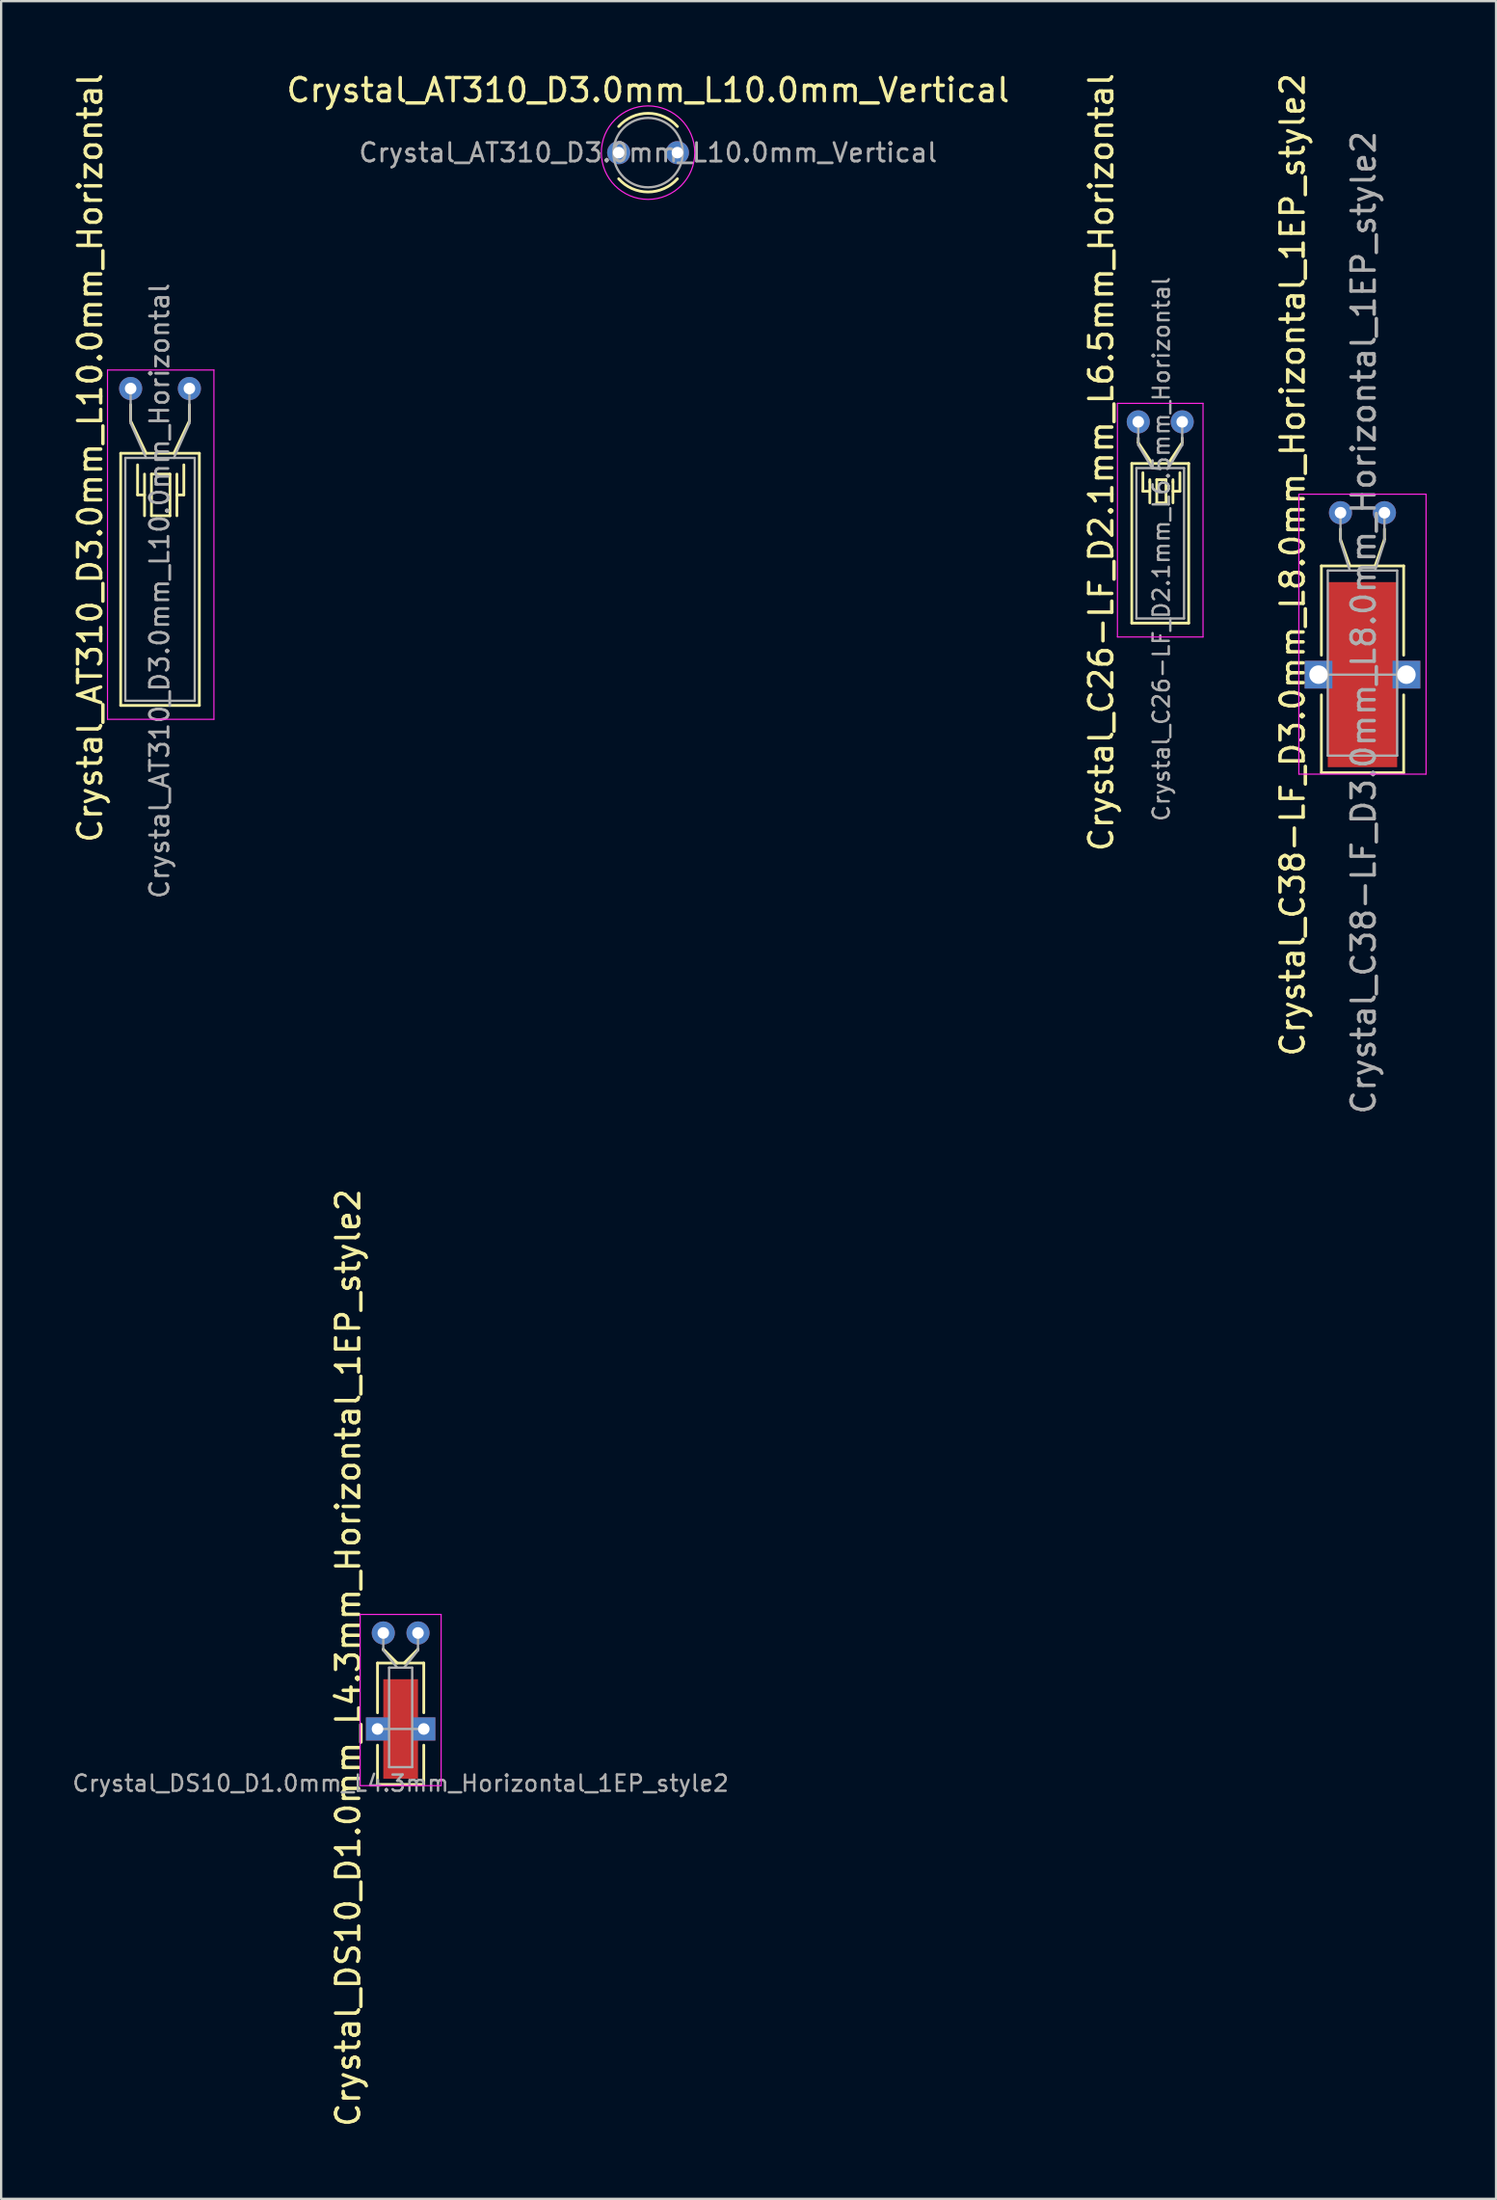
<source format=kicad_pcb>
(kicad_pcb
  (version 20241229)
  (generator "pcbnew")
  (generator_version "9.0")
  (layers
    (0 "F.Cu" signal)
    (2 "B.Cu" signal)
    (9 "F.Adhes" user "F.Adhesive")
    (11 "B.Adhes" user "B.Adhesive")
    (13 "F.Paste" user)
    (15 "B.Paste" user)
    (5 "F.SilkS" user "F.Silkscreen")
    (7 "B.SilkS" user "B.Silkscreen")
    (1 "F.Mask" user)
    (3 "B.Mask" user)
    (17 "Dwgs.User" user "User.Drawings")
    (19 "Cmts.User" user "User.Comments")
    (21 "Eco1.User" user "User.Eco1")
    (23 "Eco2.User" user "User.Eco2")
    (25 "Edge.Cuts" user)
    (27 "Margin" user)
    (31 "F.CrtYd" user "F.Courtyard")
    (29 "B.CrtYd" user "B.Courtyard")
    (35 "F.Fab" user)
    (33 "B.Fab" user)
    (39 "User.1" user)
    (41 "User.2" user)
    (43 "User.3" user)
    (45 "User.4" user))
  (footprint "Crystal_AT310_D3.0mm_L10.0mm_Vertical"
    (layer "F.Cu")
    (at 23.697 3.548)
    (property "Reference" "Crystal_AT310_D3.0mm_L10.0mm_Vertical" (at 1.27 -2.7 0) (layer "F.SilkS") (effects (font (size 1 1) (thickness 0.15))))
    (attr through_hole)
    (fp_arc (start 0 -1.130088) (mid 1.270408 -1.7) (end 2.540542 -1.129479) (stroke (width 0.12) (type solid)) (layer "F.SilkS"))
    (fp_arc (start 2.540542 1.129479) (mid 1.270408 1.7) (end 0 1.130088) (stroke (width 0.12) (type solid)) (layer "F.SilkS"))
    (fp_circle (center 1.27 0) (end 3.29 0) (stroke (width 0.05) (type solid)) (fill no) (layer "F.CrtYd"))
    (fp_circle (center 1.27 0) (end 2.77 0) (stroke (width 0.1) (type solid)) (fill no) (layer "F.Fab"))
    (fp_text user "${REFERENCE}" (at 1.27 0 0) (layer "F.Fab") (effects (font (size 0.8 0.8) (thickness 0.12))))
    (pad "1" thru_hole circle (at 0 0) (size 1 1) (drill 0.5) (layers "*.Cu" "*.Mask"))
    (pad "2" thru_hole circle (at 2.54 0) (size 1 1) (drill 0.5) (layers "*.Cu" "*.Mask")))
  (footprint "Crystal_AT310_D3.0mm_L10.0mm_Horizontal"
    (layer "F.Cu")
    (at 2.598 13.744)
    (property "Reference" "Crystal_AT310_D3.0mm_L10.0mm_Horizontal" (at -1.75 3 90) (layer "F.SilkS") (effects (font (size 1 1) (thickness 0.15))))
    (attr through_hole)
    (fp_line (start -0.43 2.8) (end -0.43 13.7) (stroke (width 0.12) (type solid)) (layer "F.SilkS"))
    (fp_line (start -0.43 13.7) (end 2.97 13.7) (stroke (width 0.12) (type solid)) (layer "F.SilkS"))
    (fp_line (start 0 1.4) (end 0 0.7) (stroke (width 0.12) (type solid)) (layer "F.SilkS"))
    (fp_line (start 0.3 4.6) (end 0.3 3.3) (stroke (width 0.12) (type solid)) (layer "F.SilkS"))
    (fp_line (start 0.6 4.6) (end 0.3 4.6) (stroke (width 0.12) (type solid)) (layer "F.SilkS"))
    (fp_line (start 0.6 5.5) (end 0.6 3.7) (stroke (width 0.12) (type solid)) (layer "F.SilkS"))
    (fp_line (start 0.67 2.8) (end 0 1.4) (stroke (width 0.12) (type solid)) (layer "F.SilkS"))
    (fp_line (start 0.9 3.7) (end 1.7 3.7) (stroke (width 0.12) (type solid)) (layer "F.SilkS"))
    (fp_line (start 0.9 5.5) (end 0.9 3.7) (stroke (width 0.12) (type solid)) (layer "F.SilkS"))
    (fp_line (start 1.7 3.7) (end 1.7 5.5) (stroke (width 0.12) (type solid)) (layer "F.SilkS"))
    (fp_line (start 1.7 5.5) (end 0.9 5.5) (stroke (width 0.12) (type solid)) (layer "F.SilkS"))
    (fp_line (start 1.87 2.8) (end 2.54 1.4) (stroke (width 0.12) (type solid)) (layer "F.SilkS"))
    (fp_line (start 2 3.7) (end 2 5.5) (stroke (width 0.12) (type solid)) (layer "F.SilkS"))
    (fp_line (start 2 4.6) (end 2.3 4.6) (stroke (width 0.12) (type solid)) (layer "F.SilkS"))
    (fp_line (start 2.3 4.6) (end 2.3 3.3) (stroke (width 0.12) (type solid)) (layer "F.SilkS"))
    (fp_line (start 2.54 1.4) (end 2.54 0.7) (stroke (width 0.12) (type solid)) (layer "F.SilkS"))
    (fp_line (start 2.97 2.8) (end -0.43 2.8) (stroke (width 0.12) (type solid)) (layer "F.SilkS"))
    (fp_line (start 2.97 13.7) (end 2.97 2.8) (stroke (width 0.12) (type solid)) (layer "F.SilkS"))
    (fp_line (start -1 -0.8) (end -1 14.3) (stroke (width 0.05) (type solid)) (layer "F.CrtYd"))
    (fp_line (start -1 14.3) (end 3.6 14.3) (stroke (width 0.05) (type solid)) (layer "F.CrtYd"))
    (fp_line (start 3.6 -0.8) (end -1 -0.8) (stroke (width 0.05) (type solid)) (layer "F.CrtYd"))
    (fp_line (start 3.6 14.3) (end 3.6 -0.8) (stroke (width 0.05) (type solid)) (layer "F.CrtYd"))
    (fp_line (start -0.23 3) (end -0.23 13.5) (stroke (width 0.1) (type solid)) (layer "F.Fab"))
    (fp_line (start -0.23 13.5) (end 2.77 13.5) (stroke (width 0.1) (type solid)) (layer "F.Fab"))
    (fp_line (start 0 1.5) (end 0 0) (stroke (width 0.1) (type solid)) (layer "F.Fab"))
    (fp_line (start 0.67 3) (end 0 1.5) (stroke (width 0.1) (type solid)) (layer "F.Fab"))
    (fp_line (start 1.87 3) (end 2.54 1.5) (stroke (width 0.1) (type solid)) (layer "F.Fab"))
    (fp_line (start 2.54 1.5) (end 2.54 0) (stroke (width 0.1) (type solid)) (layer "F.Fab"))
    (fp_line (start 2.77 3) (end -0.23 3) (stroke (width 0.1) (type solid)) (layer "F.Fab"))
    (fp_line (start 2.77 13.5) (end 2.77 3) (stroke (width 0.1) (type solid)) (layer "F.Fab"))
    (fp_text user "${REFERENCE}" (at 1.25 8.75 90) (layer "F.Fab") (effects (font (size 0.8 0.8) (thickness 0.12))))
    (pad "1" thru_hole circle (at 0 0) (size 1 1) (drill 0.5) (layers "*.Cu" "*.Mask"))
    (pad "2" thru_hole circle (at 2.54 0) (size 1 1) (drill 0.5) (layers "*.Cu" "*.Mask")))
  (footprint "Crystal_DS10_D1.0mm_L4.3mm_Horizontal_1EP_style2"
    (layer "F.Cu")
    (at 13.521 67.538)
    (property "Reference" "Crystal_DS10_D1.0mm_L4.3mm_Horizontal_1EP_style2" (at -1.52 1.075 90) (layer "F.SilkS") (effects (font (size 1 1) (thickness 0.15))))
    (attr through_hole)
    (fp_line (start -0.25 1.3) (end 1.75 1.3) (stroke (width 0.12) (type solid)) (layer "F.SilkS"))
    (fp_line (start -0.25 3.45) (end -0.25 1.3) (stroke (width 0.12) (type solid)) (layer "F.SilkS"))
    (fp_line (start -0.25 4.85) (end -0.25 6.55) (stroke (width 0.12) (type solid)) (layer "F.SilkS"))
    (fp_line (start -0.25 6.55) (end 1.75 6.55) (stroke (width 0.12) (type solid)) (layer "F.SilkS"))
    (fp_line (start 0 0.7) (end 0 0.7) (stroke (width 0.12) (type solid)) (layer "F.SilkS"))
    (fp_line (start 0.6 1.3) (end 0 0.7) (stroke (width 0.12) (type solid)) (layer "F.SilkS"))
    (fp_line (start 0.9 1.3) (end 1.5 0.7) (stroke (width 0.12) (type solid)) (layer "F.SilkS"))
    (fp_line (start 1.5 0.7) (end 1.5 0.7) (stroke (width 0.12) (type solid)) (layer "F.SilkS"))
    (fp_line (start 1.75 1.3) (end 1.75 3.45) (stroke (width 0.12) (type solid)) (layer "F.SilkS"))
    (fp_line (start 1.75 6.55) (end 1.75 4.85) (stroke (width 0.12) (type solid)) (layer "F.SilkS"))
    (fp_line (start -1 -0.8) (end -1 6.6) (stroke (width 0.05) (type solid)) (layer "F.CrtYd"))
    (fp_line (start -1 6.6) (end 2.5 6.6) (stroke (width 0.05) (type solid)) (layer "F.CrtYd"))
    (fp_line (start 2.5 -0.8) (end -1 -0.8) (stroke (width 0.05) (type solid)) (layer "F.CrtYd"))
    (fp_line (start 2.5 6.6) (end 2.5 -0.8) (stroke (width 0.05) (type solid)) (layer "F.CrtYd"))
    (fp_line (start -0.25 4.15) (end 1.75 4.15) (stroke (width 0.1) (type solid)) (layer "F.Fab"))
    (fp_line (start 0 0.75) (end 0 0) (stroke (width 0.1) (type solid)) (layer "F.Fab"))
    (fp_line (start 0.25 1.5) (end 0.25 5.8) (stroke (width 0.1) (type solid)) (layer "F.Fab"))
    (fp_line (start 0.25 5.8) (end 1.25 5.8) (stroke (width 0.1) (type solid)) (layer "F.Fab"))
    (fp_line (start 0.6 1.5) (end 0 0.75) (stroke (width 0.1) (type solid)) (layer "F.Fab"))
    (fp_line (start 0.9 1.5) (end 1.5 0.75) (stroke (width 0.1) (type solid)) (layer "F.Fab"))
    (fp_line (start 1.25 1.5) (end 0.25 1.5) (stroke (width 0.1) (type solid)) (layer "F.Fab"))
    (fp_line (start 1.25 5.8) (end 1.25 1.5) (stroke (width 0.1) (type solid)) (layer "F.Fab"))
    (fp_line (start 1.5 0.75) (end 1.5 0) (stroke (width 0.1) (type solid)) (layer "F.Fab"))
    (fp_text user "${REFERENCE}" (at 0.75 6.5 180) (layer "F.Fab") (effects (font (size 0.7 0.7) (thickness 0.105))))
    (pad "1" thru_hole circle (at 0 0) (size 1 1) (drill 0.5) (layers "*.Cu" "*.Mask"))
    (pad "2" thru_hole circle (at 1.5 0) (size 1 1) (drill 0.5) (layers "*.Cu" "*.Mask"))
    (pad "3" thru_hole rect (at -0.25 4.15) (size 1 1) (drill 0.5) (layers "*.Cu" "*.Mask"))
    (pad "3" smd rect (at 0.75 4.15) (size 1.5 4.3) (layers "F.Cu" "F.Mask" "F.Paste"))
    (pad "3" thru_hole rect (at 1.75 4.15) (size 1 1) (drill 0.5) (layers "*.Cu" "*.Mask")))
  (footprint "Crystal_C26-LF_D2.1mm_L6.5mm_Horizontal"
    (layer "F.Cu")
    (at 46.16 15.185)
    (property "Reference" "Crystal_C26-LF_D2.1mm_L6.5mm_Horizontal" (at -1.6 1.75 90) (layer "F.SilkS") (effects (font (size 1 1) (thickness 0.15))))
    (attr through_hole)
    (fp_line (start -0.28 1.8) (end -0.28 8.7) (stroke (width 0.12) (type solid)) (layer "F.SilkS"))
    (fp_line (start -0.28 8.7) (end 2.18 8.7) (stroke (width 0.12) (type solid)) (layer "F.SilkS"))
    (fp_line (start 0 0.9) (end 0 0.7) (stroke (width 0.12) (type solid)) (layer "F.SilkS"))
    (fp_line (start 0.2 3) (end 0.2 2.2) (stroke (width 0.12) (type solid)) (layer "F.SilkS"))
    (fp_line (start 0.5 2.6) (end 0.5 2.5) (stroke (width 0.12) (type solid)) (layer "F.SilkS"))
    (fp_line (start 0.5 3) (end 0.2 3) (stroke (width 0.12) (type solid)) (layer "F.SilkS"))
    (fp_line (start 0.5 3.5) (end 0.5 2.6) (stroke (width 0.12) (type solid)) (layer "F.SilkS"))
    (fp_line (start 0.6 1.8) (end 0 0.9) (stroke (width 0.12) (type solid)) (layer "F.SilkS"))
    (fp_line (start 0.8 2.5) (end 0.8 3.5) (stroke (width 0.12) (type solid)) (layer "F.SilkS"))
    (fp_line (start 0.8 3.5) (end 1.2 3.5) (stroke (width 0.12) (type solid)) (layer "F.SilkS"))
    (fp_line (start 1.2 2.5) (end 0.8 2.5) (stroke (width 0.12) (type solid)) (layer "F.SilkS"))
    (fp_line (start 1.2 3.5) (end 1.2 2.5) (stroke (width 0.12) (type solid)) (layer "F.SilkS"))
    (fp_line (start 1.3 1.8) (end 1.9 0.9) (stroke (width 0.12) (type solid)) (layer "F.SilkS"))
    (fp_line (start 1.5 2.6) (end 1.5 2.5) (stroke (width 0.12) (type solid)) (layer "F.SilkS"))
    (fp_line (start 1.5 3) (end 1.8 3) (stroke (width 0.12) (type solid)) (layer "F.SilkS"))
    (fp_line (start 1.5 3.5) (end 1.5 2.6) (stroke (width 0.12) (type solid)) (layer "F.SilkS"))
    (fp_line (start 1.8 3) (end 1.8 2.2) (stroke (width 0.12) (type solid)) (layer "F.SilkS"))
    (fp_line (start 1.9 0.9) (end 1.9 0.7) (stroke (width 0.12) (type solid)) (layer "F.SilkS"))
    (fp_line (start 2.18 1.8) (end -0.28 1.8) (stroke (width 0.12) (type solid)) (layer "F.SilkS"))
    (fp_line (start 2.18 8.7) (end 2.18 1.8) (stroke (width 0.12) (type solid)) (layer "F.SilkS"))
    (fp_line (start -0.9 -0.8) (end -0.9 9.3) (stroke (width 0.05) (type solid)) (layer "F.CrtYd"))
    (fp_line (start -0.9 9.3) (end 2.8 9.3) (stroke (width 0.05) (type solid)) (layer "F.CrtYd"))
    (fp_line (start 2.8 -0.8) (end -0.9 -0.8) (stroke (width 0.05) (type solid)) (layer "F.CrtYd"))
    (fp_line (start 2.8 9.3) (end 2.8 -0.8) (stroke (width 0.05) (type solid)) (layer "F.CrtYd"))
    (fp_line (start -0.08 2) (end -0.08 8.5) (stroke (width 0.1) (type solid)) (layer "F.Fab"))
    (fp_line (start -0.08 8.5) (end 1.98 8.5) (stroke (width 0.1) (type solid)) (layer "F.Fab"))
    (fp_line (start 0 1) (end 0 0) (stroke (width 0.1) (type solid)) (layer "F.Fab"))
    (fp_line (start 0.6 2) (end 0 1) (stroke (width 0.1) (type solid)) (layer "F.Fab"))
    (fp_line (start 1.3 2) (end 1.9 1) (stroke (width 0.1) (type solid)) (layer "F.Fab"))
    (fp_line (start 1.9 1) (end 1.9 0) (stroke (width 0.1) (type solid)) (layer "F.Fab"))
    (fp_line (start 1.98 2) (end -0.08 2) (stroke (width 0.1) (type solid)) (layer "F.Fab"))
    (fp_line (start 1.98 8.5) (end 1.98 2) (stroke (width 0.1) (type solid)) (layer "F.Fab"))
    (fp_text user "${REFERENCE}" (at 1 5.5 90) (layer "F.Fab") (effects (font (size 0.7 0.7) (thickness 0.105))))
    (pad "1" thru_hole circle (at 0 0) (size 1 1) (drill 0.5) (layers "*.Cu" "*.Mask"))
    (pad "2" thru_hole circle (at 1.9 0) (size 1 1) (drill 0.5) (layers "*.Cu" "*.Mask")))
  (footprint "Crystal_C38-LF_D3.0mm_L8.0mm_Horizontal_1EP_style2"
    (layer "F.Cu")
    (at 54.903 19.113)
    (property "Reference" "Crystal_C38-LF_D3.0mm_L8.0mm_Horizontal_1EP_style2" (at -2.07 2.25 90) (layer "F.SilkS") (effects (font (size 1 1) (thickness 0.15))))
    (attr through_hole)
    (fp_line (start -0.826 2.3) (end 2.731 2.3) (stroke (width 0.12) (type solid)) (layer "F.SilkS"))
    (fp_line (start -0.826 6.16) (end -0.826 2.3) (stroke (width 0.12) (type solid)) (layer "F.SilkS"))
    (fp_line (start -0.826 7.874) (end -0.826 11.239) (stroke (width 0.12) (type solid)) (layer "F.SilkS"))
    (fp_line (start -0.826 11.239) (end 2.731 11.239) (stroke (width 0.12) (type solid)) (layer "F.SilkS"))
    (fp_line (start 0 1.15) (end 0 0.7) (stroke (width 0.12) (type solid)) (layer "F.SilkS"))
    (fp_line (start 0.405 2.3) (end 0 1.15) (stroke (width 0.12) (type solid)) (layer "F.SilkS"))
    (fp_line (start 1.495 2.3) (end 1.9 1.15) (stroke (width 0.12) (type solid)) (layer "F.SilkS"))
    (fp_line (start 1.9 1.15) (end 1.9 0.7) (stroke (width 0.12) (type solid)) (layer "F.SilkS"))
    (fp_line (start 2.731 2.3) (end 2.731 6.16) (stroke (width 0.12) (type solid)) (layer "F.SilkS"))
    (fp_line (start 2.731 11.239) (end 2.731 7.874) (stroke (width 0.12) (type solid)) (layer "F.SilkS"))
    (fp_line (start -1.8 -0.8) (end -1.8 11.3) (stroke (width 0.05) (type solid)) (layer "F.CrtYd"))
    (fp_line (start -1.8 11.3) (end 3.7 11.3) (stroke (width 0.05) (type solid)) (layer "F.CrtYd"))
    (fp_line (start 3.7 -0.8) (end -1.8 -0.8) (stroke (width 0.05) (type solid)) (layer "F.CrtYd"))
    (fp_line (start 3.7 11.3) (end 3.7 -0.8) (stroke (width 0.05) (type solid)) (layer "F.CrtYd"))
    (fp_line (start -0.95 7) (end 2.85 7) (stroke (width 0.1) (type solid)) (layer "F.Fab"))
    (fp_line (start -0.55 2.5) (end -0.55 10.5) (stroke (width 0.1) (type solid)) (layer "F.Fab"))
    (fp_line (start -0.55 10.5) (end 2.45 10.5) (stroke (width 0.1) (type solid)) (layer "F.Fab"))
    (fp_line (start 0 1.25) (end 0 0) (stroke (width 0.1) (type solid)) (layer "F.Fab"))
    (fp_line (start 0.405 2.5) (end 0 1.25) (stroke (width 0.1) (type solid)) (layer "F.Fab"))
    (fp_line (start 1.495 2.5) (end 1.9 1.25) (stroke (width 0.1) (type solid)) (layer "F.Fab"))
    (fp_line (start 1.9 1.25) (end 1.9 0) (stroke (width 0.1) (type solid)) (layer "F.Fab"))
    (fp_line (start 2.45 2.5) (end -0.55 2.5) (stroke (width 0.1) (type solid)) (layer "F.Fab"))
    (fp_line (start 2.45 10.5) (end 2.45 2.5) (stroke (width 0.1) (type solid)) (layer "F.Fab"))
    (fp_text user "${REFERENCE}" (at 1 4.75 90) (layer "F.Fab") (effects (font (size 1 1) (thickness 0.15))))
    (pad "1" thru_hole circle (at 0 0) (size 1 1) (drill 0.5) (layers "*.Cu" "*.Mask"))
    (pad "2" thru_hole circle (at 1.9 0) (size 1 1) (drill 0.5) (layers "*.Cu" "*.Mask"))
    (pad "3" thru_hole rect (at -0.95 7) (size 1.2 1.2) (drill 0.8) (layers "*.Cu" "*.Mask"))
    (pad "3" smd rect (at 0.95 7) (size 3 8) (layers "F.Cu" "F.Mask" "F.Paste"))
    (pad "3" thru_hole rect (at 2.85 7) (size 1.2 1.2) (drill 0.8) (layers "*.Cu" "*.Mask")))
  (gr_rect
    (start -3 -3)
    (end 61.628 92)
    (stroke (width 0.1) (type default))
    (fill no)
    (layer "Edge.Cuts")))
</source>
